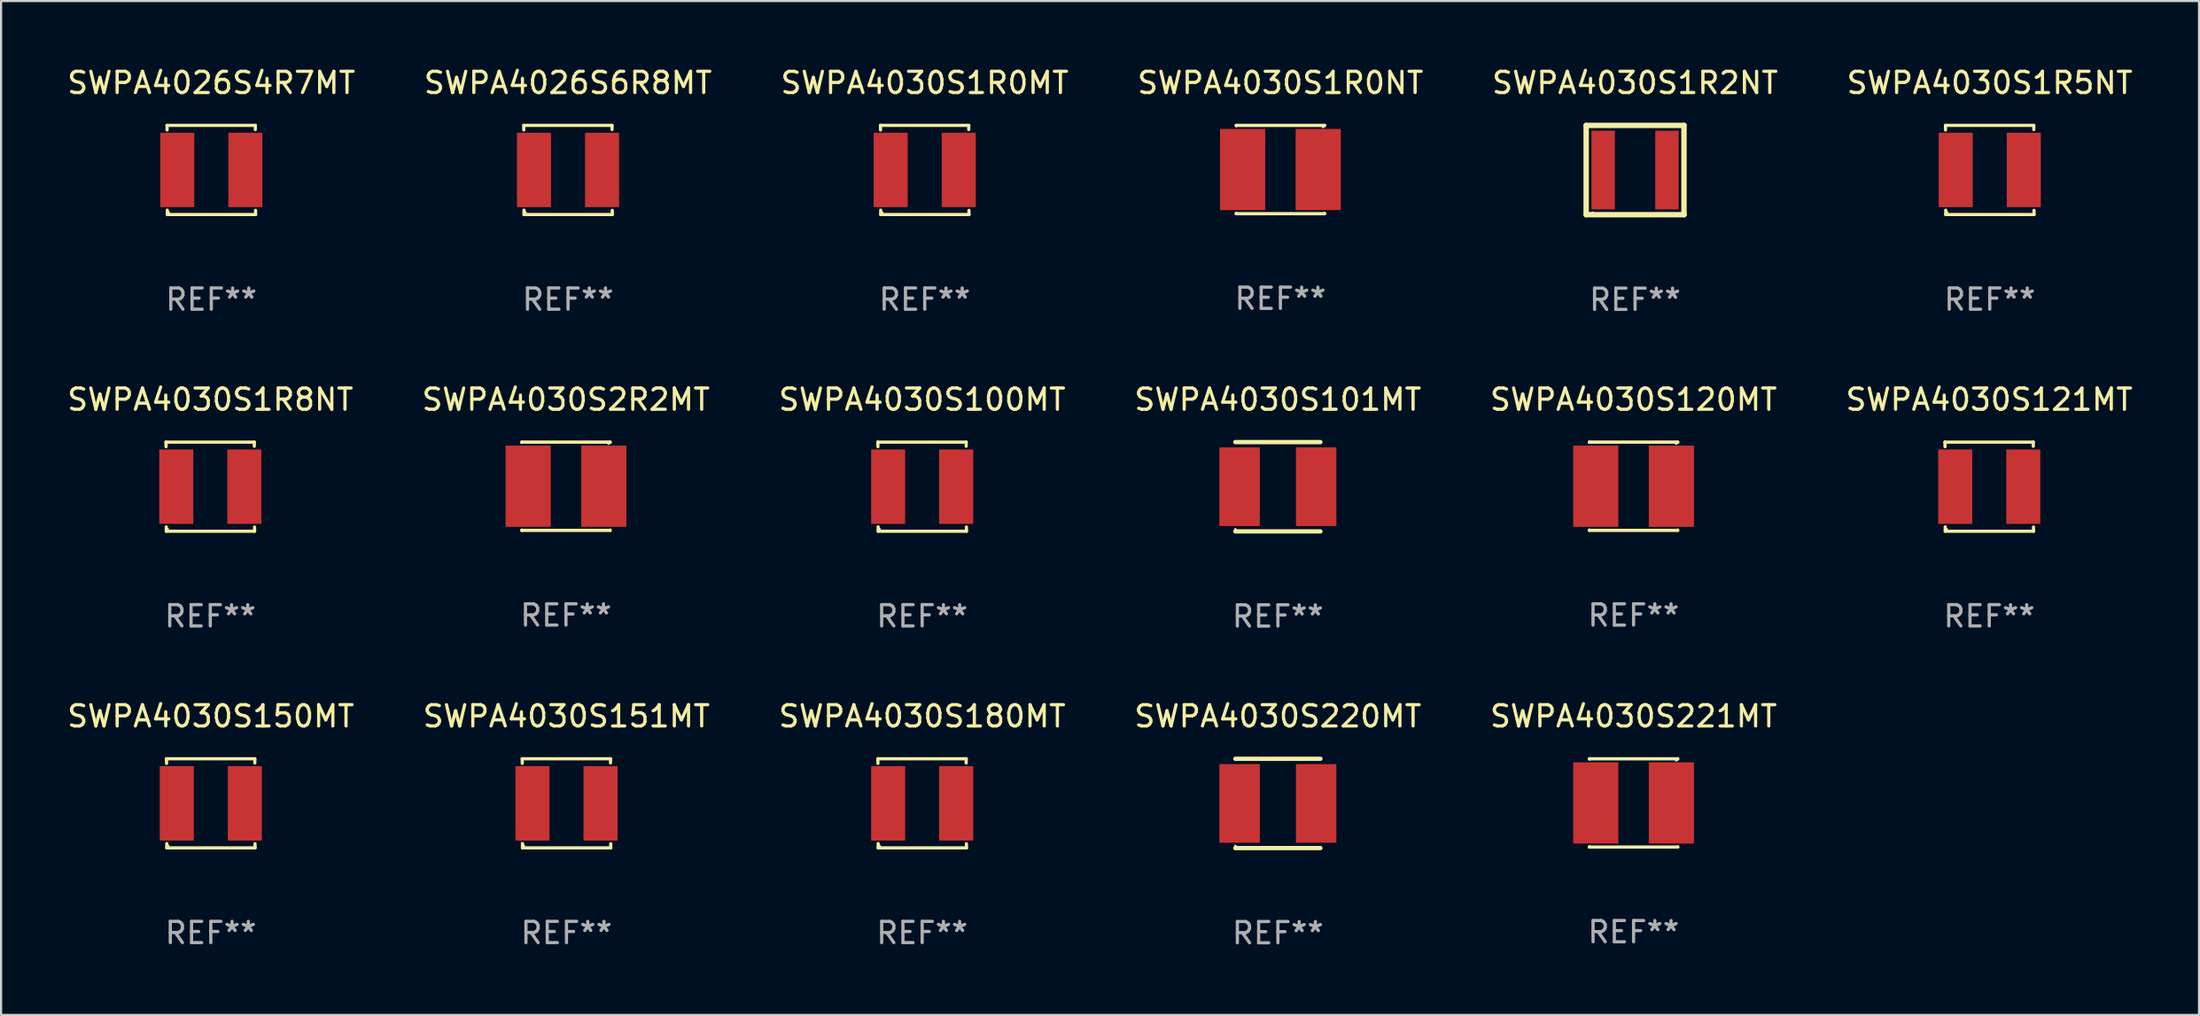
<source format=kicad_pcb>
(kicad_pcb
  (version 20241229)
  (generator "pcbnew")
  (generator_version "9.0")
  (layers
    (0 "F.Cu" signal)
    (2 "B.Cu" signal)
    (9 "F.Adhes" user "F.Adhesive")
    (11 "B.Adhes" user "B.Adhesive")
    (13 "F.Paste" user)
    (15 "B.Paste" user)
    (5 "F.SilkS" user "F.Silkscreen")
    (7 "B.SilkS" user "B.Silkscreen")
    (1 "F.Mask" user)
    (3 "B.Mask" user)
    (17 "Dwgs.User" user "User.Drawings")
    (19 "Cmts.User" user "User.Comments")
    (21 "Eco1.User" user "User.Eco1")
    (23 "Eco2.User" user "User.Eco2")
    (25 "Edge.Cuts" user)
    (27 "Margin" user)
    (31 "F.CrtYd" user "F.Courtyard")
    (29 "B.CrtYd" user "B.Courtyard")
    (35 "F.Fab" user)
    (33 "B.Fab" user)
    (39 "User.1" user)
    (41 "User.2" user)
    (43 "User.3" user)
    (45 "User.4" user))
  (footprint "SWPA4030S1R0MT"
    (layer "F.Cu")
    (at 40.435 4.944)
    (property "Reference" "SWPA4030S1R0MT" (at 0 -4.096 0) (layer "F.SilkS") (effects (font (size 1 1) (thickness 0.15))))
    (attr through_hole)
    (fp_line (start -2.083 -2.096) (end -2.08 -1.88) (stroke (width 0.15) (type solid)) (layer "F.SilkS"))
    (fp_line (start -2.07 1.89) (end -2.07 2.096) (stroke (width 0.15) (type solid)) (layer "F.SilkS"))
    (fp_line (start -2.07 2.096) (end 2.083 2.096) (stroke (width 0.15) (type solid)) (layer "F.SilkS"))
    (fp_line (start 2.07 -1.9) (end 2.07 -2.096) (stroke (width 0.15) (type solid)) (layer "F.SilkS"))
    (fp_line (start 2.07 -2.096) (end -2.083 -2.096) (stroke (width 0.15) (type solid)) (layer "F.SilkS"))
    (fp_line (start 2.083 2.096) (end 2.08 1.9) (stroke (width 0.15) (type solid)) (layer "F.SilkS"))
    (fp_circle (center -2 2) (end -1.97 2) (stroke (width 0.06) (type solid)) (fill no) (layer "F.SilkS"))
    (fp_text user "REF**" (at 0 6.096 0) (layer "F.Fab") (effects (font (size 1 1) (thickness 0.15))))
    (pad "1" smd rect (at -1.6 -0.000343) (size 1.6 3.5) (layers "F.Cu" "F.Mask" "F.Paste"))
    (pad "2" smd rect (at 1.6 -0.000343) (size 1.6 3.5) (layers "F.Cu" "F.Mask" "F.Paste")))
  (footprint "SWPA4030S1R5NT"
    (layer "F.Cu")
    (at 90.518 4.944)
    (property "Reference" "SWPA4030S1R5NT" (at 0 -4.096 0) (layer "F.SilkS") (effects (font (size 1 1) (thickness 0.15))))
    (attr through_hole)
    (fp_line (start -2.083 -2.096) (end -2.08 -1.88) (stroke (width 0.15) (type solid)) (layer "F.SilkS"))
    (fp_line (start -2.07 1.89) (end -2.07 2.096) (stroke (width 0.15) (type solid)) (layer "F.SilkS"))
    (fp_line (start -2.07 2.096) (end 2.083 2.096) (stroke (width 0.15) (type solid)) (layer "F.SilkS"))
    (fp_line (start 2.07 -1.9) (end 2.07 -2.096) (stroke (width 0.15) (type solid)) (layer "F.SilkS"))
    (fp_line (start 2.07 -2.096) (end -2.083 -2.096) (stroke (width 0.15) (type solid)) (layer "F.SilkS"))
    (fp_line (start 2.083 2.096) (end 2.08 1.9) (stroke (width 0.15) (type solid)) (layer "F.SilkS"))
    (fp_circle (center -2 2) (end -1.97 2) (stroke (width 0.06) (type solid)) (fill no) (layer "F.SilkS"))
    (fp_text user "REF**" (at 0 6.096 0) (layer "F.Fab") (effects (font (size 1 1) (thickness 0.15))))
    (pad "1" smd rect (at -1.6 -0.000343) (size 1.6 3.5) (layers "F.Cu" "F.Mask" "F.Paste"))
    (pad "2" smd rect (at 1.6 -0.000343) (size 1.6 3.5) (layers "F.Cu" "F.Mask" "F.Paste")))
  (footprint "SWPA4026S4R7MT"
    (layer "F.Cu")
    (at 6.887 4.944)
    (property "Reference" "SWPA4026S4R7MT" (at 0 -4.096 0) (layer "F.SilkS") (effects (font (size 1 1) (thickness 0.15))))
    (attr through_hole)
    (fp_line (start -2.083 -2.096) (end -2.08 -1.88) (stroke (width 0.15) (type solid)) (layer "F.SilkS"))
    (fp_line (start -2.07 1.89) (end -2.07 2.096) (stroke (width 0.15) (type solid)) (layer "F.SilkS"))
    (fp_line (start -2.07 2.096) (end 2.083 2.096) (stroke (width 0.15) (type solid)) (layer "F.SilkS"))
    (fp_line (start 2.07 -1.9) (end 2.07 -2.096) (stroke (width 0.15) (type solid)) (layer "F.SilkS"))
    (fp_line (start 2.07 -2.096) (end -2.083 -2.096) (stroke (width 0.15) (type solid)) (layer "F.SilkS"))
    (fp_line (start 2.083 2.096) (end 2.08 1.9) (stroke (width 0.15) (type solid)) (layer "F.SilkS"))
    (fp_circle (center -2 2) (end -1.97 2) (stroke (width 0.06) (type solid)) (fill no) (layer "F.SilkS"))
    (fp_text user "REF**" (at 0 6.096 0) (layer "F.Fab") (effects (font (size 1 1) (thickness 0.15))))
    (pad "1" smd rect (at -1.6 -0.000343) (size 1.6 3.5) (layers "F.Cu" "F.Mask" "F.Paste"))
    (pad "2" smd rect (at 1.6 -0.000343) (size 1.6 3.5) (layers "F.Cu" "F.Mask" "F.Paste")))
  (footprint "SWPA4030S1R8NT"
    (layer "F.Cu")
    (at 6.839 19.841)
    (property "Reference" "SWPA4030S1R8NT" (at 0 -4.096 0) (layer "F.SilkS") (effects (font (size 1 1) (thickness 0.15))))
    (attr through_hole)
    (fp_line (start -2.083 -2.096) (end -2.08 -1.88) (stroke (width 0.15) (type solid)) (layer "F.SilkS"))
    (fp_line (start -2.07 1.89) (end -2.07 2.096) (stroke (width 0.15) (type solid)) (layer "F.SilkS"))
    (fp_line (start -2.07 2.096) (end 2.083 2.096) (stroke (width 0.15) (type solid)) (layer "F.SilkS"))
    (fp_line (start 2.07 -1.9) (end 2.07 -2.096) (stroke (width 0.15) (type solid)) (layer "F.SilkS"))
    (fp_line (start 2.07 -2.096) (end -2.083 -2.096) (stroke (width 0.15) (type solid)) (layer "F.SilkS"))
    (fp_line (start 2.083 2.096) (end 2.08 1.9) (stroke (width 0.15) (type solid)) (layer "F.SilkS"))
    (fp_circle (center -2 2) (end -1.97 2) (stroke (width 0.06) (type solid)) (fill no) (layer "F.SilkS"))
    (fp_text user "REF**" (at 0 6.096 0) (layer "F.Fab") (effects (font (size 1 1) (thickness 0.15))))
    (pad "1" smd rect (at -1.6 -0.000343) (size 1.6 3.5) (layers "F.Cu" "F.Mask" "F.Paste"))
    (pad "2" smd rect (at 1.6 -0.000343) (size 1.6 3.5) (layers "F.Cu" "F.Mask" "F.Paste")))
  (footprint "SWPA4030S221MT"
    (layer "F.Cu")
    (at 73.768 34.717)
    (property "Reference" "SWPA4030S221MT" (at 0 -4.076 0) (layer "F.SilkS") (effects (font (size 1 1) (thickness 0.15))))
    (attr through_hole)
    (fp_line (start -2.076 -2.076) (end 2.076 -2.076) (stroke (width 0.152) (type solid)) (layer "F.SilkS"))
    (fp_line (start -2.076 -2.062) (end -2.076 -2.076) (stroke (width 0.152) (type solid)) (layer "F.SilkS"))
    (fp_line (start -2.076 2.062) (end -2.076 2.076) (stroke (width 0.152) (type solid)) (layer "F.SilkS"))
    (fp_line (start -2.076 2.076) (end 2.076 2.076) (stroke (width 0.152) (type solid)) (layer "F.SilkS"))
    (fp_line (start 2.076 -2.076) (end 2.076 -2.062) (stroke (width 0.152) (type solid)) (layer "F.SilkS"))
    (fp_line (start 2.076 2.076) (end 2.076 2.062) (stroke (width 0.152) (type solid)) (layer "F.SilkS"))
    (fp_circle (center 2 -2) (end 2.03 -2) (stroke (width 0.06) (type solid)) (fill no) (layer "F.SilkS"))
    (fp_text user "REF**" (at 0 6.076 0) (layer "F.Fab") (effects (font (size 1 1) (thickness 0.15))))
    (pad "1" smd rect (at 1.778 0) (size 2.124 3.82) (layers "F.Cu" "F.Mask" "F.Paste"))
    (pad "2" smd rect (at -1.778 0) (size 2.124 3.82) (layers "F.Cu" "F.Mask" "F.Paste")))
  (footprint "SWPA4030S2R2MT"
    (layer "F.Cu")
    (at 23.565 19.821)
    (property "Reference" "SWPA4030S2R2MT" (at 0 -4.076 0) (layer "F.SilkS") (effects (font (size 1 1) (thickness 0.15))))
    (attr through_hole)
    (fp_line (start -2.076 -2.076) (end 2.076 -2.076) (stroke (width 0.152) (type solid)) (layer "F.SilkS"))
    (fp_line (start -2.076 -2.062) (end -2.076 -2.076) (stroke (width 0.152) (type solid)) (layer "F.SilkS"))
    (fp_line (start -2.076 2.062) (end -2.076 2.076) (stroke (width 0.152) (type solid)) (layer "F.SilkS"))
    (fp_line (start -2.076 2.076) (end 2.076 2.076) (stroke (width 0.152) (type solid)) (layer "F.SilkS"))
    (fp_line (start 2.076 -2.076) (end 2.076 -2.062) (stroke (width 0.152) (type solid)) (layer "F.SilkS"))
    (fp_line (start 2.076 2.076) (end 2.076 2.062) (stroke (width 0.152) (type solid)) (layer "F.SilkS"))
    (fp_circle (center 2 -2) (end 2.03 -2) (stroke (width 0.06) (type solid)) (fill no) (layer "F.SilkS"))
    (fp_text user "REF**" (at 0 6.076 0) (layer "F.Fab") (effects (font (size 1 1) (thickness 0.15))))
    (pad "1" smd rect (at 1.778 0) (size 2.124 3.82) (layers "F.Cu" "F.Mask" "F.Paste"))
    (pad "2" smd rect (at -1.778 0) (size 2.124 3.82) (layers "F.Cu" "F.Mask" "F.Paste")))
  (footprint "SWPA4026S6R8MT"
    (layer "F.Cu")
    (at 23.661 4.944)
    (property "Reference" "SWPA4026S6R8MT" (at 0 -4.096 0) (layer "F.SilkS") (effects (font (size 1 1) (thickness 0.15))))
    (attr through_hole)
    (fp_line (start -2.083 -2.096) (end -2.08 -1.88) (stroke (width 0.15) (type solid)) (layer "F.SilkS"))
    (fp_line (start -2.07 1.89) (end -2.07 2.096) (stroke (width 0.15) (type solid)) (layer "F.SilkS"))
    (fp_line (start -2.07 2.096) (end 2.083 2.096) (stroke (width 0.15) (type solid)) (layer "F.SilkS"))
    (fp_line (start 2.07 -1.9) (end 2.07 -2.096) (stroke (width 0.15) (type solid)) (layer "F.SilkS"))
    (fp_line (start 2.07 -2.096) (end -2.083 -2.096) (stroke (width 0.15) (type solid)) (layer "F.SilkS"))
    (fp_line (start 2.083 2.096) (end 2.08 1.9) (stroke (width 0.15) (type solid)) (layer "F.SilkS"))
    (fp_circle (center -2 2) (end -1.97 2) (stroke (width 0.06) (type solid)) (fill no) (layer "F.SilkS"))
    (fp_text user "REF**" (at 0 6.096 0) (layer "F.Fab") (effects (font (size 1 1) (thickness 0.15))))
    (pad "1" smd rect (at -1.6 -0.000343) (size 1.6 3.5) (layers "F.Cu" "F.Mask" "F.Paste"))
    (pad "2" smd rect (at 1.6 -0.000343) (size 1.6 3.5) (layers "F.Cu" "F.Mask" "F.Paste")))
  (footprint "SWPA4030S150MT"
    (layer "F.Cu")
    (at 6.863 34.737)
    (property "Reference" "SWPA4030S150MT" (at 0 -4.096 0) (layer "F.SilkS") (effects (font (size 1 1) (thickness 0.15))))
    (attr through_hole)
    (fp_line (start -2.083 -2.096) (end -2.08 -1.88) (stroke (width 0.15) (type solid)) (layer "F.SilkS"))
    (fp_line (start -2.07 1.89) (end -2.07 2.096) (stroke (width 0.15) (type solid)) (layer "F.SilkS"))
    (fp_line (start -2.07 2.096) (end 2.083 2.096) (stroke (width 0.15) (type solid)) (layer "F.SilkS"))
    (fp_line (start 2.07 -1.9) (end 2.07 -2.096) (stroke (width 0.15) (type solid)) (layer "F.SilkS"))
    (fp_line (start 2.07 -2.096) (end -2.083 -2.096) (stroke (width 0.15) (type solid)) (layer "F.SilkS"))
    (fp_line (start 2.083 2.096) (end 2.08 1.9) (stroke (width 0.15) (type solid)) (layer "F.SilkS"))
    (fp_circle (center -2 2) (end -1.97 2) (stroke (width 0.06) (type solid)) (fill no) (layer "F.SilkS"))
    (fp_text user "REF**" (at 0 6.096 0) (layer "F.Fab") (effects (font (size 1 1) (thickness 0.15))))
    (pad "1" smd rect (at -1.6 -0.000343) (size 1.6 3.5) (layers "F.Cu" "F.Mask" "F.Paste"))
    (pad "2" smd rect (at 1.6 -0.000343) (size 1.6 3.5) (layers "F.Cu" "F.Mask" "F.Paste")))
  (footprint "SWPA4030S151MT"
    (layer "F.Cu")
    (at 23.589 34.737)
    (property "Reference" "SWPA4030S151MT" (at 0 -4.096 0) (layer "F.SilkS") (effects (font (size 1 1) (thickness 0.15))))
    (attr through_hole)
    (fp_line (start -2.083 -2.096) (end -2.08 -1.88) (stroke (width 0.15) (type solid)) (layer "F.SilkS"))
    (fp_line (start -2.07 1.89) (end -2.07 2.096) (stroke (width 0.15) (type solid)) (layer "F.SilkS"))
    (fp_line (start -2.07 2.096) (end 2.083 2.096) (stroke (width 0.15) (type solid)) (layer "F.SilkS"))
    (fp_line (start 2.07 -1.9) (end 2.07 -2.096) (stroke (width 0.15) (type solid)) (layer "F.SilkS"))
    (fp_line (start 2.07 -2.096) (end -2.083 -2.096) (stroke (width 0.15) (type solid)) (layer "F.SilkS"))
    (fp_line (start 2.083 2.096) (end 2.08 1.9) (stroke (width 0.15) (type solid)) (layer "F.SilkS"))
    (fp_circle (center -2 2) (end -1.97 2) (stroke (width 0.06) (type solid)) (fill no) (layer "F.SilkS"))
    (fp_text user "REF**" (at 0 6.096 0) (layer "F.Fab") (effects (font (size 1 1) (thickness 0.15))))
    (pad "1" smd rect (at -1.6 -0.000343) (size 1.6 3.5) (layers "F.Cu" "F.Mask" "F.Paste"))
    (pad "2" smd rect (at 1.6 -0.000343) (size 1.6 3.5) (layers "F.Cu" "F.Mask" "F.Paste")))
  (footprint "SWPA4030S120MT"
    (layer "F.Cu")
    (at 73.768 19.821)
    (property "Reference" "SWPA4030S120MT" (at 0 -4.076 0) (layer "F.SilkS") (effects (font (size 1 1) (thickness 0.15))))
    (attr through_hole)
    (fp_line (start -2.076 -2.076) (end 2.076 -2.076) (stroke (width 0.152) (type solid)) (layer "F.SilkS"))
    (fp_line (start -2.076 -2.062) (end -2.076 -2.076) (stroke (width 0.152) (type solid)) (layer "F.SilkS"))
    (fp_line (start -2.076 2.062) (end -2.076 2.076) (stroke (width 0.152) (type solid)) (layer "F.SilkS"))
    (fp_line (start -2.076 2.076) (end 2.076 2.076) (stroke (width 0.152) (type solid)) (layer "F.SilkS"))
    (fp_line (start 2.076 -2.076) (end 2.076 -2.062) (stroke (width 0.152) (type solid)) (layer "F.SilkS"))
    (fp_line (start 2.076 2.076) (end 2.076 2.062) (stroke (width 0.152) (type solid)) (layer "F.SilkS"))
    (fp_circle (center 2 -2) (end 2.03 -2) (stroke (width 0.06) (type solid)) (fill no) (layer "F.SilkS"))
    (fp_text user "REF**" (at 0 6.076 0) (layer "F.Fab") (effects (font (size 1 1) (thickness 0.15))))
    (pad "1" smd rect (at 1.778 0) (size 2.124 3.82) (layers "F.Cu" "F.Mask" "F.Paste"))
    (pad "2" smd rect (at -1.778 0) (size 2.124 3.82) (layers "F.Cu" "F.Mask" "F.Paste")))
  (footprint "SWPA4030S100MT"
    (layer "F.Cu")
    (at 40.315 19.841)
    (property "Reference" "SWPA4030S100MT" (at 0 -4.096 0) (layer "F.SilkS") (effects (font (size 1 1) (thickness 0.15))))
    (attr through_hole)
    (fp_line (start -2.083 -2.096) (end -2.08 -1.88) (stroke (width 0.15) (type solid)) (layer "F.SilkS"))
    (fp_line (start -2.07 1.89) (end -2.07 2.096) (stroke (width 0.15) (type solid)) (layer "F.SilkS"))
    (fp_line (start -2.07 2.096) (end 2.083 2.096) (stroke (width 0.15) (type solid)) (layer "F.SilkS"))
    (fp_line (start 2.07 -1.9) (end 2.07 -2.096) (stroke (width 0.15) (type solid)) (layer "F.SilkS"))
    (fp_line (start 2.07 -2.096) (end -2.083 -2.096) (stroke (width 0.15) (type solid)) (layer "F.SilkS"))
    (fp_line (start 2.083 2.096) (end 2.08 1.9) (stroke (width 0.15) (type solid)) (layer "F.SilkS"))
    (fp_circle (center -2 2) (end -1.97 2) (stroke (width 0.06) (type solid)) (fill no) (layer "F.SilkS"))
    (fp_text user "REF**" (at 0 6.096 0) (layer "F.Fab") (effects (font (size 1 1) (thickness 0.15))))
    (pad "1" smd rect (at -1.6 -0.000343) (size 1.6 3.5) (layers "F.Cu" "F.Mask" "F.Paste"))
    (pad "2" smd rect (at 1.6 -0.000343) (size 1.6 3.5) (layers "F.Cu" "F.Mask" "F.Paste")))
  (footprint "SWPA4030S1R0NT"
    (layer "F.Cu")
    (at 57.161 4.924)
    (property "Reference" "SWPA4030S1R0NT" (at 0 -4.076 0) (layer "F.SilkS") (effects (font (size 1 1) (thickness 0.15))))
    (attr through_hole)
    (fp_line (start -2.076 -2.076) (end 2.076 -2.076) (stroke (width 0.152) (type solid)) (layer "F.SilkS"))
    (fp_line (start -2.076 -2.062) (end -2.076 -2.076) (stroke (width 0.152) (type solid)) (layer "F.SilkS"))
    (fp_line (start -2.076 2.062) (end -2.076 2.076) (stroke (width 0.152) (type solid)) (layer "F.SilkS"))
    (fp_line (start -2.076 2.076) (end 2.076 2.076) (stroke (width 0.152) (type solid)) (layer "F.SilkS"))
    (fp_line (start 2.076 -2.076) (end 2.076 -2.062) (stroke (width 0.152) (type solid)) (layer "F.SilkS"))
    (fp_line (start 2.076 2.076) (end 2.076 2.062) (stroke (width 0.152) (type solid)) (layer "F.SilkS"))
    (fp_circle (center 2 -2) (end 2.03 -2) (stroke (width 0.06) (type solid)) (fill no) (layer "F.SilkS"))
    (fp_text user "REF**" (at 0 6.076 0) (layer "F.Fab") (effects (font (size 1 1) (thickness 0.15))))
    (pad "1" smd rect (at 1.778 0) (size 2.124 3.82) (layers "F.Cu" "F.Mask" "F.Paste"))
    (pad "2" smd rect (at -1.778 0) (size 2.124 3.82) (layers "F.Cu" "F.Mask" "F.Paste")))
  (footprint "SWPA4030S121MT"
    (layer "F.Cu")
    (at 90.494 19.841)
    (property "Reference" "SWPA4030S121MT" (at 0 -4.096 0) (layer "F.SilkS") (effects (font (size 1 1) (thickness 0.15))))
    (attr through_hole)
    (fp_line (start -2.083 -2.096) (end -2.08 -1.88) (stroke (width 0.15) (type solid)) (layer "F.SilkS"))
    (fp_line (start -2.07 1.89) (end -2.07 2.096) (stroke (width 0.15) (type solid)) (layer "F.SilkS"))
    (fp_line (start -2.07 2.096) (end 2.083 2.096) (stroke (width 0.15) (type solid)) (layer "F.SilkS"))
    (fp_line (start 2.07 -1.9) (end 2.07 -2.096) (stroke (width 0.15) (type solid)) (layer "F.SilkS"))
    (fp_line (start 2.07 -2.096) (end -2.083 -2.096) (stroke (width 0.15) (type solid)) (layer "F.SilkS"))
    (fp_line (start 2.083 2.096) (end 2.08 1.9) (stroke (width 0.15) (type solid)) (layer "F.SilkS"))
    (fp_circle (center -2 2) (end -1.97 2) (stroke (width 0.06) (type solid)) (fill no) (layer "F.SilkS"))
    (fp_text user "REF**" (at 0 6.096 0) (layer "F.Fab") (effects (font (size 1 1) (thickness 0.15))))
    (pad "1" smd rect (at -1.6 -0.000343) (size 1.6 3.5) (layers "F.Cu" "F.Mask" "F.Paste"))
    (pad "2" smd rect (at 1.6 -0.000343) (size 1.6 3.5) (layers "F.Cu" "F.Mask" "F.Paste")))
  (footprint "SWPA4030S180MT"
    (layer "F.Cu")
    (at 40.315 34.737)
    (property "Reference" "SWPA4030S180MT" (at 0 -4.096 0) (layer "F.SilkS") (effects (font (size 1 1) (thickness 0.15))))
    (attr through_hole)
    (fp_line (start -2.083 -2.096) (end -2.08 -1.88) (stroke (width 0.15) (type solid)) (layer "F.SilkS"))
    (fp_line (start -2.07 1.89) (end -2.07 2.096) (stroke (width 0.15) (type solid)) (layer "F.SilkS"))
    (fp_line (start -2.07 2.096) (end 2.083 2.096) (stroke (width 0.15) (type solid)) (layer "F.SilkS"))
    (fp_line (start 2.07 -1.9) (end 2.07 -2.096) (stroke (width 0.15) (type solid)) (layer "F.SilkS"))
    (fp_line (start 2.07 -2.096) (end -2.083 -2.096) (stroke (width 0.15) (type solid)) (layer "F.SilkS"))
    (fp_line (start 2.083 2.096) (end 2.08 1.9) (stroke (width 0.15) (type solid)) (layer "F.SilkS"))
    (fp_circle (center -2 2) (end -1.97 2) (stroke (width 0.06) (type solid)) (fill no) (layer "F.SilkS"))
    (fp_text user "REF**" (at 0 6.096 0) (layer "F.Fab") (effects (font (size 1 1) (thickness 0.15))))
    (pad "1" smd rect (at -1.6 -0.000343) (size 1.6 3.5) (layers "F.Cu" "F.Mask" "F.Paste"))
    (pad "2" smd rect (at 1.6 -0.000343) (size 1.6 3.5) (layers "F.Cu" "F.Mask" "F.Paste")))
  (footprint "SWPA4030S1R2NT"
    (layer "F.Cu")
    (at 73.839 4.948)
    (property "Reference" "SWPA4030S1R2NT" (at 0 -4.1 0) (layer "F.SilkS") (effects (font (size 1 1) (thickness 0.15))))
    (attr through_hole)
    (fp_line (start -2.3 -2.1) (end 2.3 -2.1) (stroke (width 0.254) (type solid)) (layer "F.SilkS"))
    (fp_line (start -2.3 2.1) (end -2.3 -2.1) (stroke (width 0.254) (type solid)) (layer "F.SilkS"))
    (fp_line (start 2.3 -2.1) (end 2.3 2.1) (stroke (width 0.254) (type solid)) (layer "F.SilkS"))
    (fp_line (start 2.3 2.1) (end -2.3 2.1) (stroke (width 0.254) (type solid)) (layer "F.SilkS"))
    (fp_circle (center -2 2) (end -1.97 2) (stroke (width 0.06) (type solid)) (fill no) (layer "F.SilkS"))
    (fp_text user "REF**" (at 0 6.1 0) (layer "F.Fab") (effects (font (size 1 1) (thickness 0.15))))
    (pad "1" smd rect (at -1.5 0) (size 1.1 3.7) (layers "F.Cu" "F.Mask" "F.Paste"))
    (pad "2" smd rect (at 1.5 0) (size 1.1 3.7) (layers "F.Cu" "F.Mask" "F.Paste")))
  (footprint "SWPA4030S101MT"
    (layer "F.Cu")
    (at 57.042 19.845)
    (property "Reference" "SWPA4030S101MT" (at 0 -4.1 0) (layer "F.SilkS") (effects (font (size 1 1) (thickness 0.15))))
    (attr through_hole)
    (fp_line (start -2 -2.1) (end 2 -2.1) (stroke (width 0.203) (type solid)) (layer "F.SilkS"))
    (fp_line (start -2 2.1) (end 2 2.1) (stroke (width 0.203) (type solid)) (layer "F.SilkS"))
    (fp_circle (center -2 2) (end -1.97 2) (stroke (width 0.06) (type solid)) (fill no) (layer "F.SilkS"))
    (fp_text user "REF**" (at 0 6.1 0) (layer "F.Fab") (effects (font (size 1 1) (thickness 0.15))))
    (pad "1" smd rect (at -1.8 0 90) (size 3.7 1.9) (layers "F.Cu" "F.Mask" "F.Paste"))
    (pad "2" smd rect (at 1.8 0 90) (size 3.7 1.9) (layers "F.Cu" "F.Mask" "F.Paste")))
  (footprint "SWPA4030S220MT"
    (layer "F.Cu")
    (at 57.042 34.741)
    (property "Reference" "SWPA4030S220MT" (at 0 -4.1 0) (layer "F.SilkS") (effects (font (size 1 1) (thickness 0.15))))
    (attr through_hole)
    (fp_line (start -2 -2.1) (end 2 -2.1) (stroke (width 0.203) (type solid)) (layer "F.SilkS"))
    (fp_line (start -2 2.1) (end 2 2.1) (stroke (width 0.203) (type solid)) (layer "F.SilkS"))
    (fp_circle (center -2 2) (end -1.97 2) (stroke (width 0.06) (type solid)) (fill no) (layer "F.SilkS"))
    (fp_text user "REF**" (at 0 6.1 0) (layer "F.Fab") (effects (font (size 1 1) (thickness 0.15))))
    (pad "1" smd rect (at -1.8 0 90) (size 3.7 1.9) (layers "F.Cu" "F.Mask" "F.Paste"))
    (pad "2" smd rect (at 1.8 0 90) (size 3.7 1.9) (layers "F.Cu" "F.Mask" "F.Paste")))
  (gr_rect
    (start -3 -3)
    (end 100.357 44.69)
    (stroke (width 0.1) (type default))
    (fill no)
    (layer "Edge.Cuts")))
</source>
